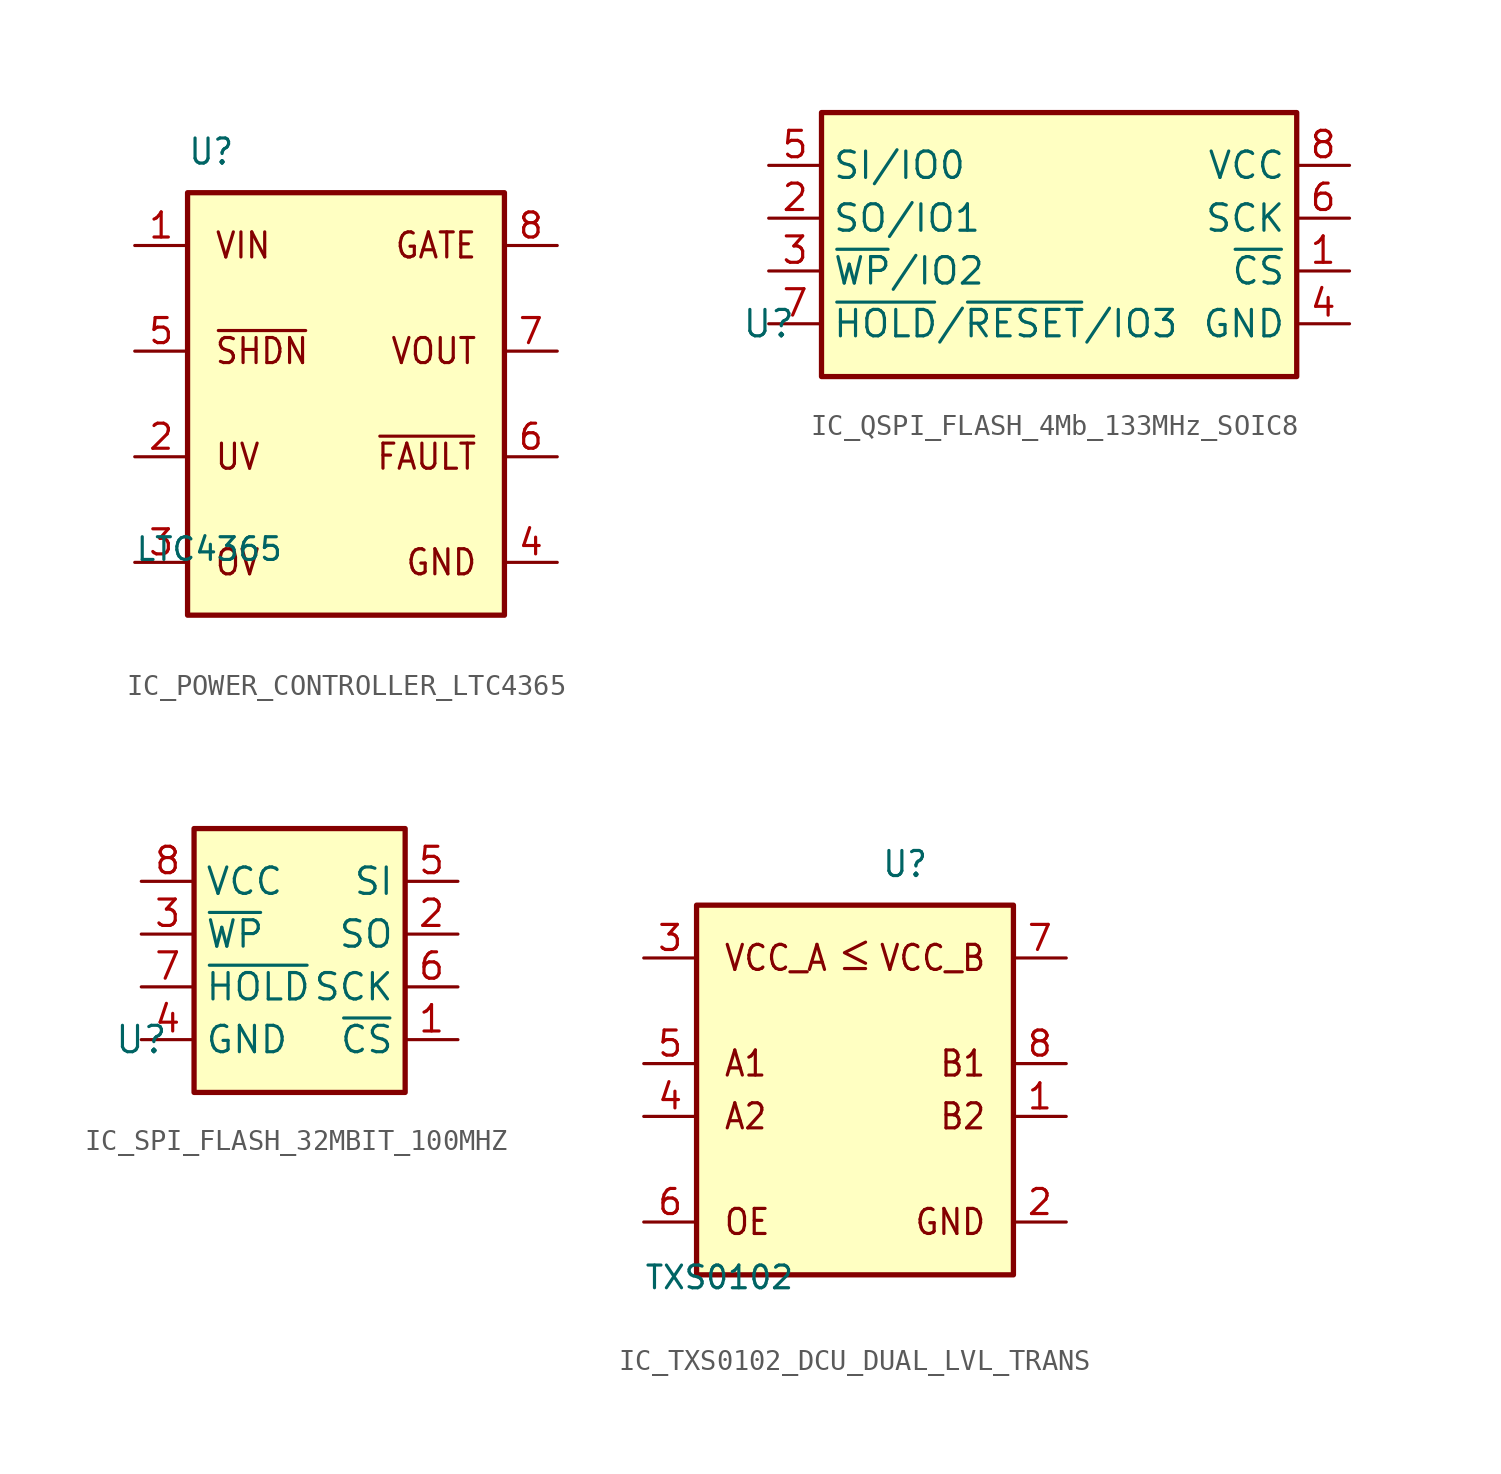
<source format=kicad_sym>
(kicad_symbol_lib
  (version 20231120)
  (generator "kicad_symbol_editor")
  (generator_version "8.0")
  (symbol "IC_POWER_CONTROLLER_LTC4365"
    (property "Reference" "U"
      (at 2.54 19.05 0)
      (effects (font (size 1.206 1.092) (thickness 0.152)) (justify left bottom)))
    (property "Value" "LTC4365"
      (at 0 0 0)
      (effects (font (size 1.092 1.092) (thickness 0.152)) (justify left bottom)))
    (symbol "IC_POWER_CONTROLLER_LTC4365_1_0"
      (polyline (pts (xy 2.54 -2.54) (xy 17.78 -2.54) (xy 17.78 17.78) (xy 2.54 17.78) (xy 2.54 -2.54)) (stroke (width 0.254) (type solid)) (fill (type background)))
      (text "GATE" (at 16.51 15.24 0) (effects (font (size 1.206 1.092) (thickness 0.152)) (justify right)))
      (text "GND" (at 16.51 0 0) (effects (font (size 1.206 1.092) (thickness 0.152)) (justify right)))
      (text "OV" (at 3.81 0 0) (effects (font (size 1.206 1.092) (thickness 0.152)) (justify left)))
      (text "UV" (at 3.81 5.08 0) (effects (font (size 1.206 1.092) (thickness 0.152)) (justify left)))
      (text "VIN" (at 3.81 15.24 0) (effects (font (size 1.206 1.092) (thickness 0.152)) (justify left)))
      (text "VOUT" (at 16.51 10.16 0) (effects (font (size 1.206 1.092) (thickness 0.152)) (justify right)))
      (text "~{FAULT}" (at 16.51 5.08 0) (effects (font (size 1.206 1.092) (thickness 0.152)) (justify right)))
      (text "~{SHDN}" (at 3.81 10.16 0) (effects (font (size 1.206 1.092) (thickness 0.152)) (justify left)))
      (pin passive line (at 0 15.24 0) (length 2.54) (name "" (effects (font (size 1.206 1.206)))) (number "1" (effects (font (size 1.206 1.206)))))
      (pin passive line (at 0 5.08 0) (length 2.54) (name "" (effects (font (size 1.206 1.206)))) (number "2" (effects (font (size 1.206 1.206)))))
      (pin passive line (at 0 0 0) (length 2.54) (name "" (effects (font (size 1.206 1.206)))) (number "3" (effects (font (size 1.206 1.206)))))
      (pin passive line (at 20.32 0 180) (length 2.54) (name "" (effects (font (size 1.206 1.206)))) (number "4" (effects (font (size 1.206 1.206)))))
      (pin passive line (at 0 10.16 0) (length 2.54) (name "" (effects (font (size 1.206 1.206)))) (number "5" (effects (font (size 1.206 1.206)))))
      (pin passive line (at 20.32 5.08 180) (length 2.54) (name "" (effects (font (size 1.206 1.206)))) (number "6" (effects (font (size 1.206 1.206)))))
      (pin passive line (at 20.32 10.16 180) (length 2.54) (name "" (effects (font (size 1.206 1.206)))) (number "7" (effects (font (size 1.206 1.206)))))
      (pin passive line (at 20.32 15.24 180) (length 2.54) (name "" (effects (font (size 1.206 1.206)))) (number "8" (effects (font (size 1.206 1.206)))))))
  (symbol "IC_QSPI_FLASH_4Mb_133MHz_SOIC8"
    (property "Reference" "U"
      (at 0 0 0)
      (effects (font (size 1.27 1.27))))
    (property "Value" ""
      (at 0 0 0)
      (effects (font (size 1.27 1.27))))
    (symbol "IC_QSPI_FLASH_4Mb_133MHz_SOIC8_0_1"
      (rectangle (start 2.54 10.16) (end 25.4 -2.54) (stroke (width 0.254) (type default)) (fill (type background))))
    (symbol "IC_QSPI_FLASH_4Mb_133MHz_SOIC8_1_1"
      (pin passive line (at 27.94 2.54 180) (length 2.54) (name "~{CS}" (effects (font (size 1.27 1.27)))) (number "1" (effects (font (size 1.27 1.27)))))
      (pin passive line (at 0 5.08 0) (length 2.54) (name "SO/IO1" (effects (font (size 1.27 1.27)))) (number "2" (effects (font (size 1.27 1.27)))))
      (pin passive line (at 0 2.54 0) (length 2.54) (name "~{WP}/IO2" (effects (font (size 1.27 1.27)))) (number "3" (effects (font (size 1.27 1.27)))))
      (pin power_in line (at 27.94 0 180) (length 2.54) (name "GND" (effects (font (size 1.27 1.27)))) (number "4" (effects (font (size 1.27 1.27)))))
      (pin passive line (at 0 7.62 0) (length 2.54) (name "SI/IO0" (effects (font (size 1.27 1.27)))) (number "5" (effects (font (size 1.27 1.27)))))
      (pin passive line (at 27.94 5.08 180) (length 2.54) (name "SCK" (effects (font (size 1.27 1.27)))) (number "6" (effects (font (size 1.27 1.27)))))
      (pin passive line (at 0 0 0) (length 2.54) (name "~{HOLD}/~{RESET}/IO3" (effects (font (size 1.27 1.27)))) (number "7" (effects (font (size 1.27 1.27)))))
      (pin power_in line (at 27.94 7.62 180) (length 2.54) (name "VCC" (effects (font (size 1.27 1.27)))) (number "8" (effects (font (size 1.27 1.27)))))))
  (symbol "IC_SPI_FLASH_32MBIT_100MHZ"
    (property "Reference" "U"
      (at 0 0 0)
      (effects (font (size 1.27 1.27))))
    (property "Value" ""
      (at 0 0 0)
      (effects (font (size 1.27 1.27))))
    (symbol "IC_SPI_FLASH_32MBIT_100MHZ_1_1"
      (rectangle (start 2.54 10.16) (end 12.7 -2.54) (stroke (width 0.254) (type default)) (fill (type background)))
      (pin input line (at 15.24 0 180) (length 2.54) (name "~{CS}" (effects (font (size 1.27 1.27)))) (number "1" (effects (font (size 1.27 1.27)))))
      (pin input line (at 15.24 5.08 180) (length 2.54) (name "SO" (effects (font (size 1.27 1.27)))) (number "2" (effects (font (size 1.27 1.27)))))
      (pin input line (at 0 5.08 0) (length 2.54) (name "~{WP}" (effects (font (size 1.27 1.27)))) (number "3" (effects (font (size 1.27 1.27)))))
      (pin input line (at 0 0 0) (length 2.54) (name "GND" (effects (font (size 1.27 1.27)))) (number "4" (effects (font (size 1.27 1.27)))))
      (pin input line (at 15.24 7.62 180) (length 2.54) (name "SI" (effects (font (size 1.27 1.27)))) (number "5" (effects (font (size 1.27 1.27)))))
      (pin input line (at 15.24 2.54 180) (length 2.54) (name "SCK" (effects (font (size 1.27 1.27)))) (number "6" (effects (font (size 1.27 1.27)))))
      (pin input line (at 0 2.54 0) (length 2.54) (name "~{HOLD}" (effects (font (size 1.27 1.27)))) (number "7" (effects (font (size 1.27 1.27)))))
      (pin input line (at 0 7.62 0) (length 2.54) (name "VCC" (effects (font (size 1.27 1.27)))) (number "8" (effects (font (size 1.27 1.27)))))))
  (symbol "IC_TXS0102_DCU_DUAL_LVL_TRANS"
    (property "Reference" "U"
      (at 11.43 16.51 0)
      (effects (font (size 1.206 1.092) (thickness 0.152)) (justify left bottom)))
    (property "Value" "TXS0102"
      (at 0 -3.302 0)
      (effects (font (size 1.092 1.092) (thickness 0.152)) (justify left bottom)))
    (symbol "IC_TXS0102_DCU_DUAL_LVL_TRANS_0_1"
      (polyline (pts (xy 9.652 12.192) (xy 10.668 12.192)) (stroke (width 0) (type default)) (fill (type none)))
      (polyline (pts (xy 10.668 13.462) (xy 9.652 12.954) (xy 10.668 12.446)) (stroke (width 0) (type default)) (fill (type none))))
    (symbol "IC_TXS0102_DCU_DUAL_LVL_TRANS_1_0"
      (polyline (pts (xy 2.54 -2.54) (xy 17.78 -2.54) (xy 17.78 15.24) (xy 2.54 15.24) (xy 2.54 -2.54)) (stroke (width 0.254) (type solid)) (fill (type background)))
      (text "A1" (at 3.81 7.62 0) (effects (font (size 1.206 1.092) (thickness 0.152)) (justify left)))
      (text "A2" (at 3.81 5.08 0) (effects (font (size 1.206 1.092) (thickness 0.152)) (justify left)))
      (text "B1" (at 16.51 7.62 0) (effects (font (size 1.206 1.092) (thickness 0.152)) (justify right)))
      (text "B2" (at 16.51 5.08 0) (effects (font (size 1.206 1.092) (thickness 0.152)) (justify right)))
      (text "GND" (at 16.51 0 0) (effects (font (size 1.206 1.092) (thickness 0.152)) (justify right)))
      (text "OE" (at 3.81 0 0) (effects (font (size 1.206 1.092) (thickness 0.152)) (justify left)))
      (text "VCC_A" (at 3.81 12.7 0) (effects (font (size 1.206 1.092) (thickness 0.152)) (justify left)))
      (text "VCC_B" (at 16.51 12.7 0) (effects (font (size 1.206 1.092) (thickness 0.152)) (justify right)))
      (pin passive line (at 20.32 5.08 180) (length 2.54) (name "" (effects (font (size 1.206 1.206)))) (number "1" (effects (font (size 1.206 1.206)))))
      (pin passive line (at 20.32 0 180) (length 2.54) (name "" (effects (font (size 1.206 1.206)))) (number "2" (effects (font (size 1.206 1.206)))))
      (pin passive line (at 0 12.7 0) (length 2.54) (name "" (effects (font (size 1.206 1.206)))) (number "3" (effects (font (size 1.206 1.206)))))
      (pin passive line (at 0 5.08 0) (length 2.54) (name "" (effects (font (size 1.206 1.206)))) (number "4" (effects (font (size 1.206 1.206)))))
      (pin passive line (at 0 7.62 0) (length 2.54) (name "" (effects (font (size 1.206 1.206)))) (number "5" (effects (font (size 1.206 1.206)))))
      (pin passive line (at 0 0 0) (length 2.54) (name "" (effects (font (size 1.206 1.206)))) (number "6" (effects (font (size 1.206 1.206)))))
      (pin passive line (at 20.32 12.7 180) (length 2.54) (name "" (effects (font (size 1.206 1.206)))) (number "7" (effects (font (size 1.206 1.206)))))
      (pin passive line (at 20.32 7.62 180) (length 2.54) (name "" (effects (font (size 1.206 1.206)))) (number "8" (effects (font (size 1.206 1.206))))))))
</source>
